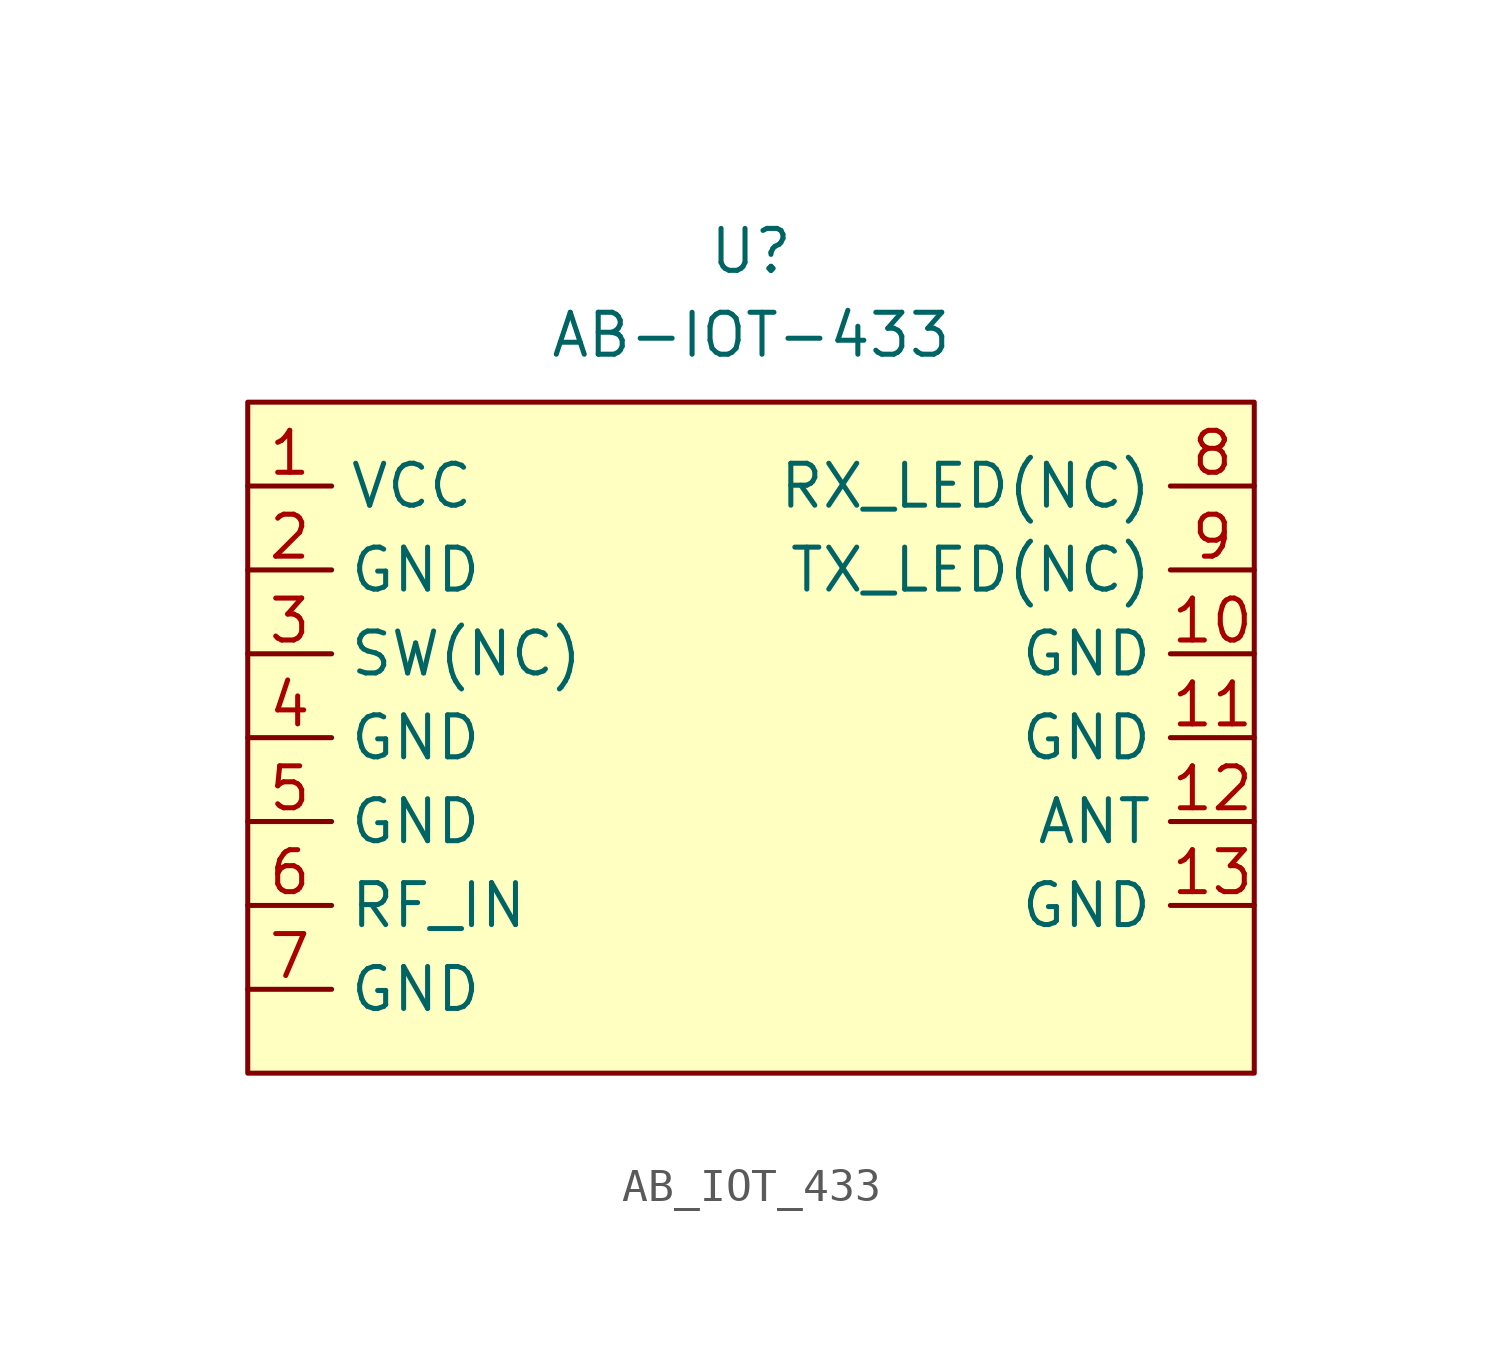
<source format=kicad_sym>
(kicad_symbol_lib
  (version 20241209)
  (generator "kicad_symbol_editor")
  (generator_version "9.0")
  (symbol "AB_IOT_433"
    (property "Reference" "U"
      (at 0 9.652 0)
      (effects (font (size 1.27 1.27))))
    (property "Value" "AB-IOT-433"
      (at 0 7.112 0)
      (effects (font (size 1.27 1.27))))
    (symbol "AB_IOT_433_1_1"
      (rectangle (start -15.24 5.08) (end 15.24 -15.24) (stroke (width 0) (type solid)) (fill (type background)))
      (pin power_in line (at -15.24 2.54 0) (length 2.54) (name "VCC" (effects (font (size 1.27 1.27)))) (number "1" (effects (font (size 1.27 1.27)))))
      (pin power_in line (at -15.24 0 0) (length 2.54) (name "GND" (effects (font (size 1.27 1.27)))) (number "2" (effects (font (size 1.27 1.27)))))
      (pin output line (at -15.24 -2.54 0) (length 2.54) (name "SW(NC)" (effects (font (size 1.27 1.27)))) (number "3" (effects (font (size 1.27 1.27)))))
      (pin power_in line (at -15.24 -5.08 0) (length 2.54) (name "GND" (effects (font (size 1.27 1.27)))) (number "4" (effects (font (size 1.27 1.27)))))
      (pin power_in line (at -15.24 -7.62 0) (length 2.54) (name "GND" (effects (font (size 1.27 1.27)))) (number "5" (effects (font (size 1.27 1.27)))))
      (pin input line (at -15.24 -10.16 0) (length 2.54) (name "RF_IN" (effects (font (size 1.27 1.27)))) (number "6" (effects (font (size 1.27 1.27)))))
      (pin power_in line (at -15.24 -12.7 0) (length 2.54) (name "GND" (effects (font (size 1.27 1.27)))) (number "7" (effects (font (size 1.27 1.27)))))
      (pin output line (at 15.24 2.54 180) (length 2.54) (name "RX_LED(NC)" (effects (font (size 1.27 1.27)))) (number "8" (effects (font (size 1.27 1.27)))))
      (pin output line (at 15.24 0 180) (length 2.54) (name "TX_LED(NC)" (effects (font (size 1.27 1.27)))) (number "9" (effects (font (size 1.27 1.27)))))
      (pin power_in line (at 15.24 -2.54 180) (length 2.54) (name "GND" (effects (font (size 1.27 1.27)))) (number "10" (effects (font (size 1.27 1.27)))))
      (pin power_in line (at 15.24 -5.08 180) (length 2.54) (name "GND" (effects (font (size 1.27 1.27)))) (number "11" (effects (font (size 1.27 1.27)))))
      (pin output line (at 15.24 -7.62 180) (length 2.54) (name "ANT" (effects (font (size 1.27 1.27)))) (number "12" (effects (font (size 1.27 1.27)))))
      (pin power_in line (at 15.24 -10.16 180) (length 2.54) (name "GND" (effects (font (size 1.27 1.27)))) (number "13" (effects (font (size 1.27 1.27))))))))
</source>
